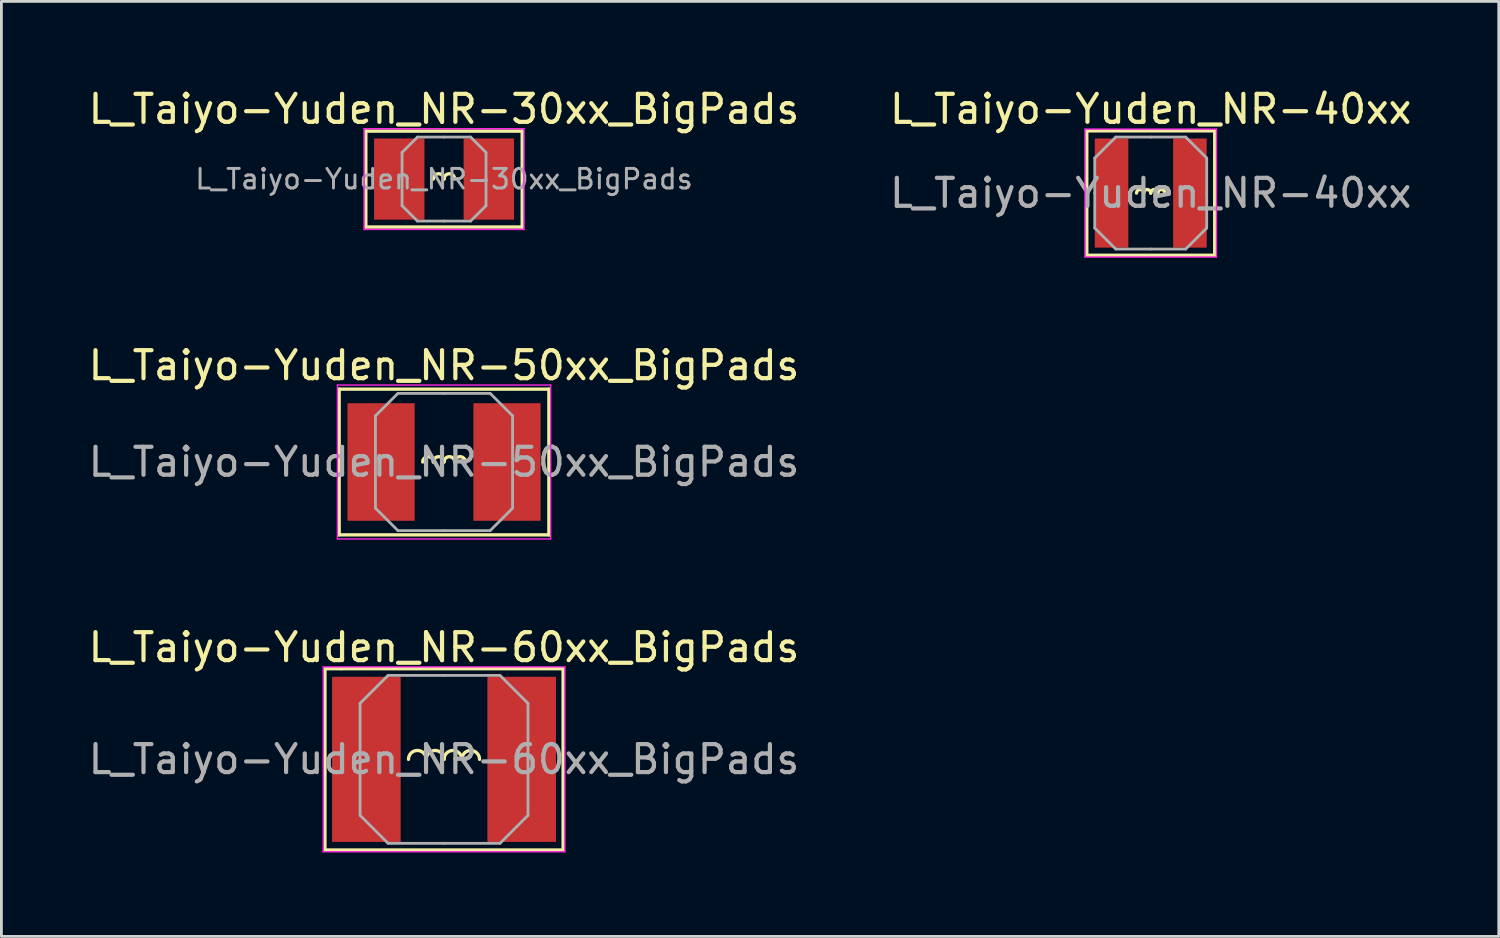
<source format=kicad_pcb>
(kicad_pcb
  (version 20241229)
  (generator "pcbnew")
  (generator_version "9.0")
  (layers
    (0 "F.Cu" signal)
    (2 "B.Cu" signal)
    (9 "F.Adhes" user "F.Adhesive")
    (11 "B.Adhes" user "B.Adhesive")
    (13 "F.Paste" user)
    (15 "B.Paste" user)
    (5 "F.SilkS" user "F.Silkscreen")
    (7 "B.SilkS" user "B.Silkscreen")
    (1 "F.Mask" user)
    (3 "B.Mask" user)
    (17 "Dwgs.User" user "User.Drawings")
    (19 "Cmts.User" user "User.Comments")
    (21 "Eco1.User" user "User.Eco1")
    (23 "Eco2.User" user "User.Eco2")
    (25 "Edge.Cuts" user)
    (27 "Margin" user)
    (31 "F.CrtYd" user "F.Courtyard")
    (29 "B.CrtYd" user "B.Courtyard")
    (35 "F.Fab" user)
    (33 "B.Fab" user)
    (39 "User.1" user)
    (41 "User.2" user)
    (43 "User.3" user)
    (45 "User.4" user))
  (footprint "L_Taiyo-Yuden_NR-50xx_BigPads"
    (layer "F.Cu")
    (at 12.815 13.457)
    (property "Reference" "L_Taiyo-Yuden_NR-50xx_BigPads" (at 0 -3.45 0) (layer "F.SilkS") (effects (font (size 1 1) (thickness 0.15))))
    (attr smd)
    (fp_line (start -3.747 -2.603) (end -3.747 2.603) (stroke (width 0.12) (type solid)) (layer "F.SilkS"))
    (fp_line (start -3.747 2.603) (end 3.747 2.603) (stroke (width 0.12) (type solid)) (layer "F.SilkS"))
    (fp_line (start 3.747 -2.603) (end -3.747 -2.603) (stroke (width 0.12) (type solid)) (layer "F.SilkS"))
    (fp_line (start 3.747 2.603) (end 3.747 -2.603) (stroke (width 0.12) (type solid)) (layer "F.SilkS"))
    (fp_arc (start -0.762 0) (mid -0.5715 -0.1905) (end -0.381 0) (stroke (width 0.12) (type solid)) (layer "F.SilkS"))
    (fp_arc (start -0.381 0) (mid -0.1905 -0.1905) (end 0 0) (stroke (width 0.12) (type solid)) (layer "F.SilkS"))
    (fp_arc (start 0 0) (mid 0.1905 -0.1905) (end 0.381 0) (stroke (width 0.12) (type solid)) (layer "F.SilkS"))
    (fp_arc (start 0.381 0) (mid 0.5715 -0.1905) (end 0.762 0) (stroke (width 0.12) (type solid)) (layer "F.SilkS"))
    (fp_line (start -3.81 -2.75) (end -3.81 2.75) (stroke (width 0.05) (type solid)) (layer "F.CrtYd"))
    (fp_line (start -3.81 2.75) (end 3.81 2.75) (stroke (width 0.05) (type solid)) (layer "F.CrtYd"))
    (fp_line (start 3.81 -2.75) (end -3.81 -2.75) (stroke (width 0.05) (type solid)) (layer "F.CrtYd"))
    (fp_line (start 3.81 2.75) (end 3.81 -2.75) (stroke (width 0.05) (type solid)) (layer "F.CrtYd"))
    (fp_line (start -2.45 -1.65) (end -1.65 -2.45) (stroke (width 0.1) (type solid)) (layer "F.Fab"))
    (fp_line (start -2.45 0) (end -2.45 -1.65) (stroke (width 0.1) (type solid)) (layer "F.Fab"))
    (fp_line (start -2.45 0) (end -2.45 1.65) (stroke (width 0.1) (type solid)) (layer "F.Fab"))
    (fp_line (start -2.45 1.65) (end -1.65 2.45) (stroke (width 0.1) (type solid)) (layer "F.Fab"))
    (fp_line (start -1.65 -2.45) (end 0 -2.45) (stroke (width 0.1) (type solid)) (layer "F.Fab"))
    (fp_line (start -1.65 2.45) (end 0 2.45) (stroke (width 0.1) (type solid)) (layer "F.Fab"))
    (fp_line (start 1.65 -2.45) (end 0 -2.45) (stroke (width 0.1) (type solid)) (layer "F.Fab"))
    (fp_line (start 1.65 2.45) (end 0 2.45) (stroke (width 0.1) (type solid)) (layer "F.Fab"))
    (fp_line (start 2.45 -1.65) (end 1.65 -2.45) (stroke (width 0.1) (type solid)) (layer "F.Fab"))
    (fp_line (start 2.45 0) (end 2.45 -1.65) (stroke (width 0.1) (type solid)) (layer "F.Fab"))
    (fp_line (start 2.45 0) (end 2.45 1.65) (stroke (width 0.1) (type solid)) (layer "F.Fab"))
    (fp_line (start 2.45 1.65) (end 1.65 2.45) (stroke (width 0.1) (type solid)) (layer "F.Fab"))
    (fp_text user "${REFERENCE}" (at 0 0 0) (layer "F.Fab") (effects (font (size 1 1) (thickness 0.15))))
    (pad "1" smd rect (at -2.25 0) (size 2.4 4.2) (layers "F.Cu" "F.Mask" "F.Paste"))
    (pad "2" smd rect (at 2.25 0) (size 2.4 4.2) (layers "F.Cu" "F.Mask" "F.Paste")))
  (footprint "L_Taiyo-Yuden_NR-60xx_BigPads"
    (layer "F.Cu")
    (at 12.815 24.081)
    (property "Reference" "L_Taiyo-Yuden_NR-60xx_BigPads" (at 0 -4 0) (layer "F.SilkS") (effects (font (size 1 1) (thickness 0.15))))
    (attr smd)
    (fp_line (start -4.255 -3.239) (end -4.255 3.239) (stroke (width 0.12) (type solid)) (layer "F.SilkS"))
    (fp_line (start -4.255 3.239) (end 4.255 3.239) (stroke (width 0.12) (type solid)) (layer "F.SilkS"))
    (fp_line (start -3.683 -3.239) (end -4.255 -3.239) (stroke (width 0.12) (type solid)) (layer "F.SilkS"))
    (fp_line (start 4.255 -3.239) (end -3.683 -3.239) (stroke (width 0.12) (type solid)) (layer "F.SilkS"))
    (fp_line (start 4.255 3.239) (end 4.255 -3.239) (stroke (width 0.12) (type solid)) (layer "F.SilkS"))
    (fp_arc (start -1.27 0) (mid -0.9525 -0.3175) (end -0.635 0) (stroke (width 0.12) (type solid)) (layer "F.SilkS"))
    (fp_arc (start -0.635 0) (mid -0.3175 -0.3175) (end 0 0) (stroke (width 0.12) (type solid)) (layer "F.SilkS"))
    (fp_arc (start 0 0) (mid 0.3175 -0.3175) (end 0.635 0) (stroke (width 0.12) (type solid)) (layer "F.SilkS"))
    (fp_arc (start 0.635 0) (mid 0.9525 -0.3175) (end 1.27 0) (stroke (width 0.12) (type solid)) (layer "F.SilkS"))
    (fp_line (start -4.318 -3.302) (end -4.318 3.302) (stroke (width 0.05) (type solid)) (layer "F.CrtYd"))
    (fp_line (start -4.318 3.302) (end 4.318 3.302) (stroke (width 0.05) (type solid)) (layer "F.CrtYd"))
    (fp_line (start 4.318 -3.302) (end -4.318 -3.302) (stroke (width 0.05) (type solid)) (layer "F.CrtYd"))
    (fp_line (start 4.318 3.302) (end 4.318 -3.302) (stroke (width 0.05) (type solid)) (layer "F.CrtYd"))
    (fp_line (start -3 -2) (end -2 -3) (stroke (width 0.1) (type solid)) (layer "F.Fab"))
    (fp_line (start -3 0) (end -3 -2) (stroke (width 0.1) (type solid)) (layer "F.Fab"))
    (fp_line (start -3 0) (end -3 2) (stroke (width 0.1) (type solid)) (layer "F.Fab"))
    (fp_line (start -3 2) (end -2 3) (stroke (width 0.1) (type solid)) (layer "F.Fab"))
    (fp_line (start -2 -3) (end 0 -3) (stroke (width 0.1) (type solid)) (layer "F.Fab"))
    (fp_line (start -2 3) (end 0 3) (stroke (width 0.1) (type solid)) (layer "F.Fab"))
    (fp_line (start 2 -3) (end 0 -3) (stroke (width 0.1) (type solid)) (layer "F.Fab"))
    (fp_line (start 2 3) (end 0 3) (stroke (width 0.1) (type solid)) (layer "F.Fab"))
    (fp_line (start 3 -2) (end 2 -3) (stroke (width 0.1) (type solid)) (layer "F.Fab"))
    (fp_line (start 3 0) (end 3 -2) (stroke (width 0.1) (type solid)) (layer "F.Fab"))
    (fp_line (start 3 0) (end 3 2) (stroke (width 0.1) (type solid)) (layer "F.Fab"))
    (fp_line (start 3 2) (end 2 3) (stroke (width 0.1) (type solid)) (layer "F.Fab"))
    (fp_text user "${REFERENCE}" (at 0 0 0) (layer "F.Fab") (effects (font (size 1 1) (thickness 0.15))))
    (pad "1" smd rect (at -2.775 0) (size 2.45 5.9) (layers "F.Cu" "F.Mask" "F.Paste"))
    (pad "2" smd rect (at 2.775 0) (size 2.45 5.9) (layers "F.Cu" "F.Mask" "F.Paste")))
  (footprint "L_Taiyo-Yuden_NR-30xx_BigPads"
    (layer "F.Cu")
    (at 12.815 3.348)
    (property "Reference" "L_Taiyo-Yuden_NR-30xx_BigPads" (at 0 -2.5 0) (layer "F.SilkS") (effects (font (size 1 1) (thickness 0.15))))
    (attr smd)
    (fp_line (start -2.794 -1.714) (end -2.794 1.714) (stroke (width 0.12) (type solid)) (layer "F.SilkS"))
    (fp_line (start -2.794 1.714) (end 2.794 1.714) (stroke (width 0.12) (type solid)) (layer "F.SilkS"))
    (fp_line (start 2.794 -1.714) (end -2.794 -1.714) (stroke (width 0.12) (type solid)) (layer "F.SilkS"))
    (fp_line (start 2.794 1.714) (end 2.794 -1.714) (stroke (width 0.12) (type solid)) (layer "F.SilkS"))
    (fp_arc (start -0.381 0) (mid -0.1905 -0.1905) (end 0 0) (stroke (width 0.12) (type solid)) (layer "F.SilkS"))
    (fp_arc (start 0 0) (mid 0.1905 -0.1905) (end 0.381 0) (stroke (width 0.12) (type solid)) (layer "F.SilkS"))
    (fp_line (start -2.857 -1.8) (end -2.857 1.8) (stroke (width 0.05) (type solid)) (layer "F.CrtYd"))
    (fp_line (start -2.857 1.8) (end 2.857 1.8) (stroke (width 0.05) (type solid)) (layer "F.CrtYd"))
    (fp_line (start 2.857 -1.8) (end -2.857 -1.8) (stroke (width 0.05) (type solid)) (layer "F.CrtYd"))
    (fp_line (start 2.857 1.8) (end 2.857 -1.8) (stroke (width 0.05) (type solid)) (layer "F.CrtYd"))
    (fp_line (start -1.5 -0.95) (end -0.95 -1.5) (stroke (width 0.1) (type solid)) (layer "F.Fab"))
    (fp_line (start -1.5 0) (end -1.5 -0.95) (stroke (width 0.1) (type solid)) (layer "F.Fab"))
    (fp_line (start -1.5 0) (end -1.5 0.95) (stroke (width 0.1) (type solid)) (layer "F.Fab"))
    (fp_line (start -1.5 0.95) (end -0.95 1.5) (stroke (width 0.1) (type solid)) (layer "F.Fab"))
    (fp_line (start -0.95 -1.5) (end 0 -1.5) (stroke (width 0.1) (type solid)) (layer "F.Fab"))
    (fp_line (start -0.95 1.5) (end 0 1.5) (stroke (width 0.1) (type solid)) (layer "F.Fab"))
    (fp_line (start 0.95 -1.5) (end 0 -1.5) (stroke (width 0.1) (type solid)) (layer "F.Fab"))
    (fp_line (start 0.95 1.5) (end 0 1.5) (stroke (width 0.1) (type solid)) (layer "F.Fab"))
    (fp_line (start 1.5 -0.95) (end 0.95 -1.5) (stroke (width 0.1) (type solid)) (layer "F.Fab"))
    (fp_line (start 1.5 0) (end 1.5 -0.95) (stroke (width 0.1) (type solid)) (layer "F.Fab"))
    (fp_line (start 1.5 0) (end 1.5 0.95) (stroke (width 0.1) (type solid)) (layer "F.Fab"))
    (fp_line (start 1.5 0.95) (end 0.95 1.5) (stroke (width 0.1) (type solid)) (layer "F.Fab"))
    (fp_text user "${REFERENCE}" (at 0 0 0) (layer "F.Fab") (effects (font (size 0.7 0.7) (thickness 0.105))))
    (pad "1" smd rect (at -1.6 0) (size 1.8 2.9) (layers "F.Cu" "F.Mask" "F.Paste"))
    (pad "2" smd rect (at 1.6 0) (size 1.8 2.9) (layers "F.Cu" "F.Mask" "F.Paste")))
  (footprint "L_Taiyo-Yuden_NR-40xx"
    (layer "F.Cu")
    (at 38.065 3.848)
    (property "Reference" "L_Taiyo-Yuden_NR-40xx" (at 0 -3 0) (layer "F.SilkS") (effects (font (size 1 1) (thickness 0.15))))
    (attr smd)
    (fp_line (start -2.286 -2.223) (end -2.286 2.223) (stroke (width 0.12) (type solid)) (layer "F.SilkS"))
    (fp_line (start -2.286 2.223) (end 2.286 2.223) (stroke (width 0.12) (type solid)) (layer "F.SilkS"))
    (fp_line (start 2.286 -2.223) (end -2.286 -2.223) (stroke (width 0.12) (type solid)) (layer "F.SilkS"))
    (fp_line (start 2.286 2.223) (end 2.286 -2.223) (stroke (width 0.12) (type solid)) (layer "F.SilkS"))
    (fp_arc (start -0.508 0) (mid -0.381 -0.127) (end -0.254 0) (stroke (width 0.12) (type solid)) (layer "F.SilkS"))
    (fp_arc (start -0.254 0) (mid -0.127 -0.127) (end 0 0) (stroke (width 0.12) (type solid)) (layer "F.SilkS"))
    (fp_arc (start 0 0) (mid 0.127 -0.127) (end 0.254 0) (stroke (width 0.12) (type solid)) (layer "F.SilkS"))
    (fp_arc (start 0.254 0) (mid 0.381 -0.127) (end 0.508 0) (stroke (width 0.12) (type solid)) (layer "F.SilkS"))
    (fp_line (start -2.349 -2.286) (end -2.349 2.286) (stroke (width 0.05) (type solid)) (layer "F.CrtYd"))
    (fp_line (start -2.349 2.286) (end 2.349 2.286) (stroke (width 0.05) (type solid)) (layer "F.CrtYd"))
    (fp_line (start 2.349 -2.286) (end -2.349 -2.286) (stroke (width 0.05) (type solid)) (layer "F.CrtYd"))
    (fp_line (start 2.349 2.286) (end 2.349 -2.286) (stroke (width 0.05) (type solid)) (layer "F.CrtYd"))
    (fp_line (start -2 -1.25) (end -1.25 -2) (stroke (width 0.1) (type solid)) (layer "F.Fab"))
    (fp_line (start -2 0) (end -2 -1.25) (stroke (width 0.1) (type solid)) (layer "F.Fab"))
    (fp_line (start -2 0) (end -2 1.25) (stroke (width 0.1) (type solid)) (layer "F.Fab"))
    (fp_line (start -2 1.25) (end -1.25 2) (stroke (width 0.1) (type solid)) (layer "F.Fab"))
    (fp_line (start -1.25 -2) (end 0 -2) (stroke (width 0.1) (type solid)) (layer "F.Fab"))
    (fp_line (start -1.25 2) (end 0 2) (stroke (width 0.1) (type solid)) (layer "F.Fab"))
    (fp_line (start 1.25 -2) (end 0 -2) (stroke (width 0.1) (type solid)) (layer "F.Fab"))
    (fp_line (start 1.25 2) (end 0 2) (stroke (width 0.1) (type solid)) (layer "F.Fab"))
    (fp_line (start 2 -1.25) (end 1.25 -2) (stroke (width 0.1) (type solid)) (layer "F.Fab"))
    (fp_line (start 2 0) (end 2 -1.25) (stroke (width 0.1) (type solid)) (layer "F.Fab"))
    (fp_line (start 2 0) (end 2 1.25) (stroke (width 0.1) (type solid)) (layer "F.Fab"))
    (fp_line (start 2 1.25) (end 1.25 2) (stroke (width 0.1) (type solid)) (layer "F.Fab"))
    (fp_text user "${REFERENCE}" (at 0 0 0) (layer "F.Fab") (effects (font (size 1 1) (thickness 0.15))))
    (pad "1" smd rect (at -1.4 0) (size 1.2 3.9) (layers "F.Cu" "F.Mask" "F.Paste"))
    (pad "2" smd rect (at 1.4 0) (size 1.2 3.9) (layers "F.Cu" "F.Mask" "F.Paste")))
  (gr_rect
    (start -3 -3)
    (end 50.5 30.408)
    (stroke (width 0.1) (type default))
    (fill no)
    (layer "Edge.Cuts")))
</source>
